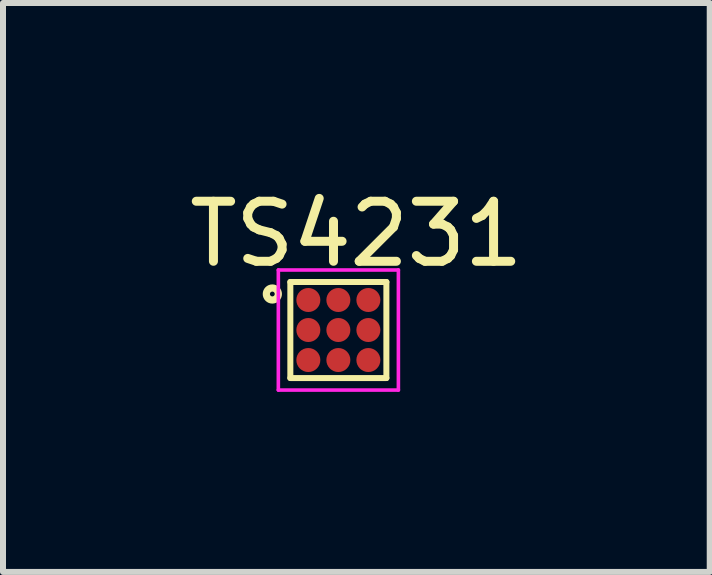
<source format=kicad_pcb>
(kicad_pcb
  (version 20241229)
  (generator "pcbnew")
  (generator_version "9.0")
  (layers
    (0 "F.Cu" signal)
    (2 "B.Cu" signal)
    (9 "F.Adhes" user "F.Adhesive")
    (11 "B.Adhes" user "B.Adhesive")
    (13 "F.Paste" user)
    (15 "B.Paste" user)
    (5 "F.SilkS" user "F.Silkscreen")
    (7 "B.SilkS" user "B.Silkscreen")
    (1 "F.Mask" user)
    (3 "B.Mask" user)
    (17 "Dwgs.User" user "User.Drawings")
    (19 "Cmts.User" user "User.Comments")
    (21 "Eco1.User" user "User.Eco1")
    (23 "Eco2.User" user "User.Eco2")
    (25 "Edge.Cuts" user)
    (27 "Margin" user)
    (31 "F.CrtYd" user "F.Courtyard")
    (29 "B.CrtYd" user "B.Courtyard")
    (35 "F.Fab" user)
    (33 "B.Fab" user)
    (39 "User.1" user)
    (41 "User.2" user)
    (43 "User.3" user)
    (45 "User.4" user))
  (footprint "TS4231"
    (layer "F.Cu")
    (at 2.587 2.448)
    (property "Reference" "TS4231" (at 0.3 -1.6 0) (layer "F.SilkS") (effects (font (size 1 1) (thickness 0.15))))
    (attr through_hole)
    (fp_line (start -0.8 -0.8) (end 0.8 -0.8) (stroke (width 0.1) (type solid)) (layer "F.SilkS"))
    (fp_line (start -0.8 0.8) (end -0.8 -0.8) (stroke (width 0.1) (type solid)) (layer "F.SilkS"))
    (fp_line (start 0.8 -0.8) (end 0.8 0.8) (stroke (width 0.1) (type solid)) (layer "F.SilkS"))
    (fp_line (start 0.8 0.8) (end -0.8 0.8) (stroke (width 0.1) (type solid)) (layer "F.SilkS"))
    (fp_circle (center -1.1 -0.6) (end -1 -0.6) (stroke (width 0.12) (type solid)) (fill no) (layer "F.SilkS"))
    (fp_line (start -1 -1) (end -1 1) (stroke (width 0.06) (type solid)) (layer "F.CrtYd"))
    (fp_line (start -1 1) (end 1 1) (stroke (width 0.06) (type solid)) (layer "F.CrtYd"))
    (fp_line (start 1 -1) (end -1 -1) (stroke (width 0.06) (type solid)) (layer "F.CrtYd"))
    (fp_line (start 1 1) (end 1 -1) (stroke (width 0.06) (type solid)) (layer "F.CrtYd"))
    (pad "A1" smd circle (at -0.5 -0.5) (size 0.4 0.4) (layers "F.Cu" "F.Mask" "F.Paste"))
    (pad "A2" smd circle (at 0 -0.5) (size 0.4 0.4) (layers "F.Cu" "F.Mask" "F.Paste"))
    (pad "A3" smd circle (at 0.5 -0.5) (size 0.4 0.4) (layers "F.Cu" "F.Mask" "F.Paste"))
    (pad "B1" smd circle (at -0.5 0) (size 0.4 0.4) (layers "F.Cu" "F.Mask" "F.Paste"))
    (pad "B2" smd circle (at 0 0) (size 0.4 0.4) (layers "F.Cu" "F.Mask" "F.Paste"))
    (pad "B3" smd circle (at 0.5 0) (size 0.4 0.4) (layers "F.Cu" "F.Mask" "F.Paste"))
    (pad "C1" smd circle (at -0.5 0.5) (size 0.4 0.4) (layers "F.Cu" "F.Mask" "F.Paste"))
    (pad "C2" smd circle (at 0 0.5) (size 0.4 0.4) (layers "F.Cu" "F.Mask" "F.Paste"))
    (pad "C3" smd circle (at 0.5 0.5) (size 0.4 0.4) (layers "F.Cu" "F.Mask" "F.Paste")))
  (gr_rect
    (start -3 -3)
    (end 8.774 6.478)
    (stroke (width 0.1) (type default))
    (fill no)
    (layer "Edge.Cuts")))
</source>
